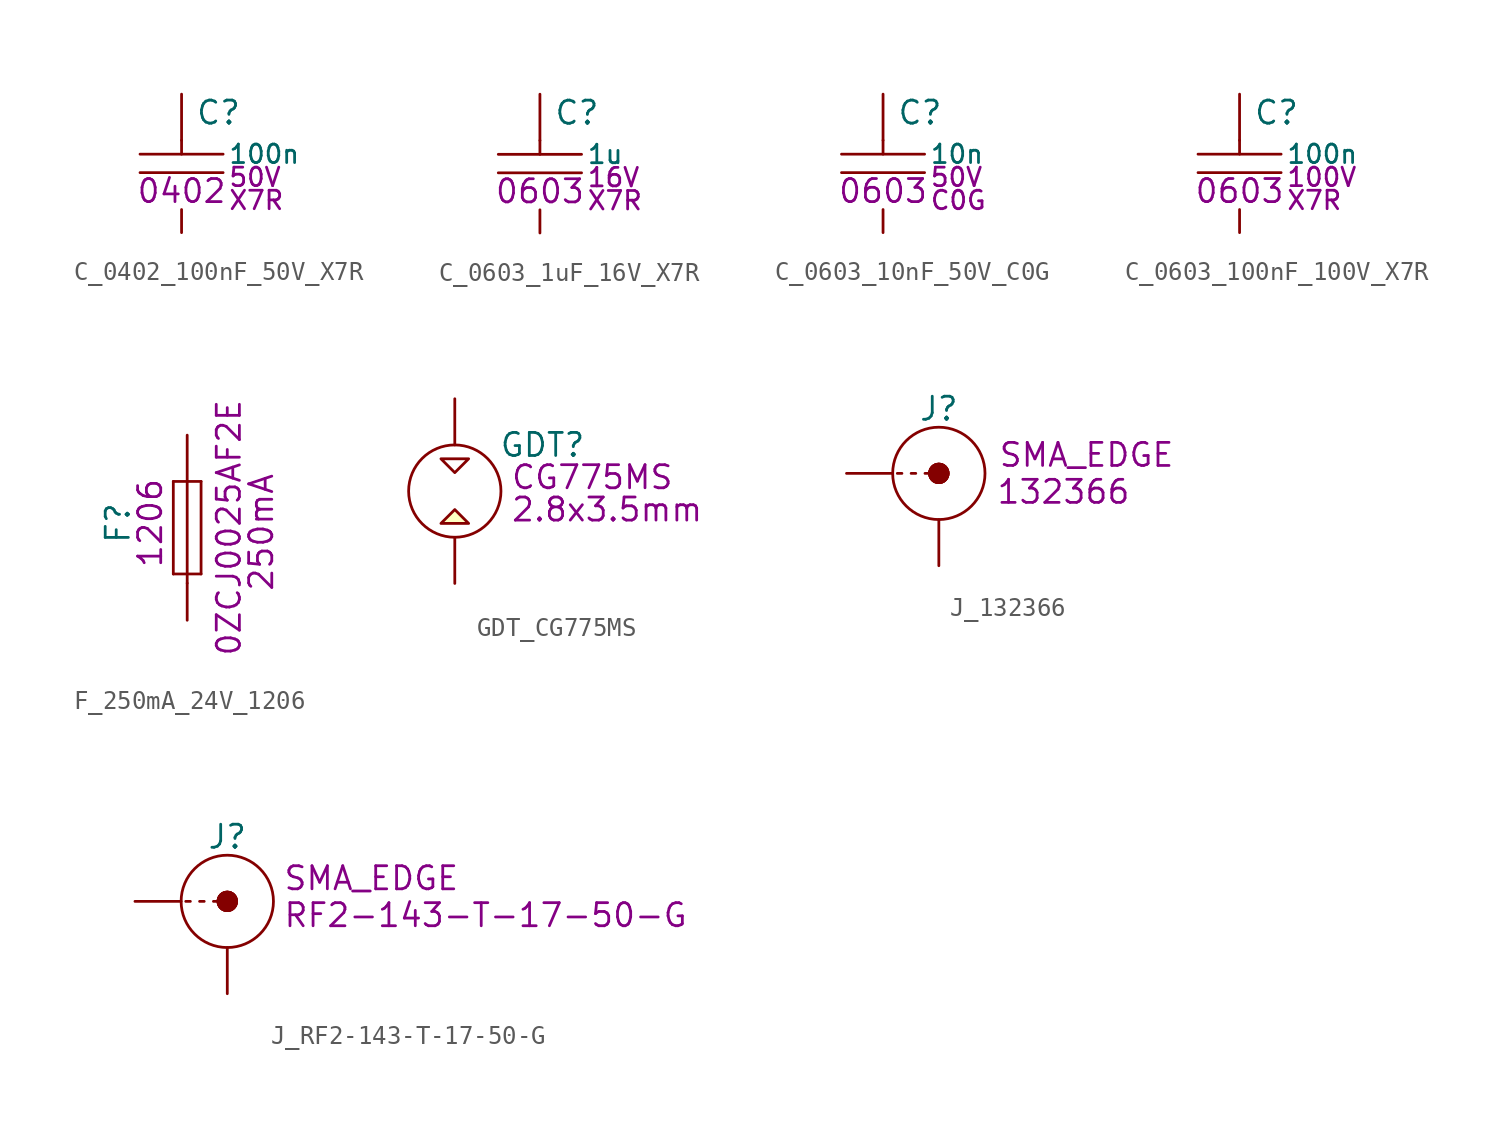
<source format=kicad_sym>
(kicad_symbol_lib
  (version 20241209)
  (generator "kicad_symbol_editor")
  (generator_version "9.0")
  (symbol "C_0402_100nF_50V_X7R"
    (pin_numbers
      (hide yes))
    (pin_names
      (hide yes))
    (property "Reference" "C"
      (at 2.032 -1.016 0)
      (effects (font (size 1.27 1.27))))
    (property "Value" "100n"
      (at 2.54 -3.302 0)
      (effects (font (size 1.016 1.016)) (justify left)))
    (property "Voltage" "50V"
      (at 2.54 -4.572 0)
      (effects (font (size 1.016 1.016)) (justify left)))
    (property "Dielectric" "X7R"
      (at 2.54 -5.842 0)
      (effects (font (size 1.016 1.016)) (justify left)))
    (property "SCH_FOOTPRINT" "0402"
      (at 0 -5.334 0)
      (effects (font (size 1.27 1.27))))
    (symbol "C_0402_100nF_50V_X7R_1_0"
      (polyline (pts (xy -2.286 -3.302) (xy 2.286 -3.302)) (stroke (width 0) (type solid)) (fill (type none)))
      (polyline (pts (xy -2.286 -4.318) (xy 2.286 -4.318)) (stroke (width 0) (type solid)) (fill (type none)))
      (polyline (pts (xy 0 -2.54) (xy 0 -3.302)) (stroke (width 0) (type solid)) (fill (type none)))
      (pin passive line (at 0 0 270) (length 2.54) (name "1" (effects (font (size 1.27 1.27)))) (number "1" (effects (font (size 1.27 1.27)))))
      (pin passive line (at 0 -7.62 90) (length 1.27) (name "2" (effects (font (size 1.27 1.27)))) (number "2" (effects (font (size 1.27 1.27)))))))
  (symbol "C_0603_1uF_16V_X7R"
    (pin_numbers
      (hide yes))
    (pin_names
      (hide yes))
    (property "Reference" "C"
      (at 2.032 -1.016 0)
      (effects (font (size 1.27 1.27))))
    (property "Value" "1u"
      (at 2.54 -3.302 0)
      (effects (font (size 1.016 1.016)) (justify left)))
    (property "Voltage" "16V"
      (at 2.54 -4.572 0)
      (effects (font (size 1.016 1.016)) (justify left)))
    (property "Dielectric" "X7R"
      (at 2.54 -5.842 0)
      (effects (font (size 1.016 1.016)) (justify left)))
    (property "SCH_FOOTPRINT" "0603"
      (at 0 -5.334 0)
      (effects (font (size 1.27 1.27))))
    (symbol "C_0603_1uF_16V_X7R_1_0"
      (polyline (pts (xy -2.286 -3.302) (xy 2.286 -3.302)) (stroke (width 0) (type solid)) (fill (type none)))
      (polyline (pts (xy -2.286 -4.318) (xy 2.286 -4.318)) (stroke (width 0) (type solid)) (fill (type none)))
      (polyline (pts (xy 0 -2.54) (xy 0 -3.302)) (stroke (width 0) (type solid)) (fill (type none)))
      (pin passive line (at 0 0 270) (length 2.54) (name "1" (effects (font (size 1.27 1.27)))) (number "1" (effects (font (size 1.27 1.27)))))
      (pin passive line (at 0 -7.62 90) (length 1.27) (name "2" (effects (font (size 1.27 1.27)))) (number "2" (effects (font (size 1.27 1.27)))))))
  (symbol "C_0603_10nF_50V_C0G"
    (pin_numbers
      (hide yes))
    (pin_names
      (hide yes))
    (property "Reference" "C"
      (at 2.032 -1.016 0)
      (effects (font (size 1.27 1.27))))
    (property "Value" "10n"
      (at 2.54 -3.302 0)
      (effects (font (size 1.016 1.016)) (justify left)))
    (property "Voltage" "50V"
      (at 2.54 -4.572 0)
      (effects (font (size 1.016 1.016)) (justify left)))
    (property "Dielectric" "C0G"
      (at 2.54 -5.842 0)
      (effects (font (size 1.016 1.016)) (justify left)))
    (property "SCH_FOOTPRINT" "0603"
      (at 0 -5.334 0)
      (effects (font (size 1.27 1.27))))
    (symbol "C_0603_10nF_50V_C0G_1_0"
      (polyline (pts (xy -2.286 -3.302) (xy 2.286 -3.302)) (stroke (width 0) (type solid)) (fill (type none)))
      (polyline (pts (xy -2.286 -4.318) (xy 2.286 -4.318)) (stroke (width 0) (type solid)) (fill (type none)))
      (polyline (pts (xy 0 -2.54) (xy 0 -3.302)) (stroke (width 0) (type solid)) (fill (type none)))
      (pin passive line (at 0 0 270) (length 2.54) (name "1" (effects (font (size 1.27 1.27)))) (number "1" (effects (font (size 1.27 1.27)))))
      (pin passive line (at 0 -7.62 90) (length 1.27) (name "2" (effects (font (size 1.27 1.27)))) (number "2" (effects (font (size 1.27 1.27)))))))
  (symbol "C_0603_100nF_100V_X7R"
    (pin_numbers
      (hide yes))
    (pin_names
      (hide yes))
    (property "Reference" "C"
      (at 2.032 -1.016 0)
      (effects (font (size 1.27 1.27))))
    (property "Value" "100n"
      (at 2.54 -3.302 0)
      (effects (font (size 1.016 1.016)) (justify left)))
    (property "Voltage" "100V"
      (at 2.54 -4.572 0)
      (effects (font (size 1.016 1.016)) (justify left)))
    (property "Dielectric" "X7R"
      (at 2.54 -5.842 0)
      (effects (font (size 1.016 1.016)) (justify left)))
    (property "SCH_FOOTPRINT" "0603"
      (at 0 -5.334 0)
      (effects (font (size 1.27 1.27))))
    (symbol "C_0603_100nF_100V_X7R_1_0"
      (polyline (pts (xy -2.286 -3.302) (xy 2.286 -3.302)) (stroke (width 0) (type solid)) (fill (type none)))
      (polyline (pts (xy -2.286 -4.318) (xy 2.286 -4.318)) (stroke (width 0) (type solid)) (fill (type none)))
      (polyline (pts (xy 0 -2.54) (xy 0 -3.302)) (stroke (width 0) (type solid)) (fill (type none)))
      (pin passive line (at 0 0 270) (length 2.54) (name "1" (effects (font (size 1.27 1.27)))) (number "1" (effects (font (size 1.27 1.27)))))
      (pin passive line (at 0 -7.62 90) (length 1.27) (name "2" (effects (font (size 1.27 1.27)))) (number "2" (effects (font (size 1.27 1.27)))))))
  (symbol "F_250mA_24V_1206"
    (pin_numbers
      (hide yes))
    (pin_names
      (hide yes))
    (property "Reference" "F"
      (at -3.81 -4.826 90)
      (effects (font (size 1.27 1.27))))
    (property "Value" ""
      (at 0 0 0)
      (effects (font (size 1.27 1.27))))
    (property "Manufacturer Part Number" "0ZCJ0025AF2E"
      (at 2.286 -5.08 90)
      (effects (font (size 1.27 1.27))))
    (property "SCH_FOOTPRINT" "1206"
      (at -2.032 -4.826 90)
      (effects (font (size 1.27 1.27))))
    (property "Current" "250mA"
      (at 4.064 -5.334 90)
      (effects (font (size 1.27 1.27))))
    (symbol "F_250mA_24V_1206_1_0"
      (polyline (pts (xy -0.762 -2.54) (xy -0.762 -7.62)) (stroke (width 0) (type solid)) (fill (type none)))
      (polyline (pts (xy 0 -2.54) (xy 0 -7.62)) (stroke (width 0) (type solid)) (fill (type none)))
      (polyline (pts (xy 0 -7.62) (xy 0 -8.128)) (stroke (width 0) (type solid)) (fill (type none)))
      (polyline (pts (xy 0.762 -2.54) (xy -0.762 -2.54)) (stroke (width 0) (type solid)) (fill (type none)))
      (polyline (pts (xy 0.762 -2.54) (xy 0.762 -7.62)) (stroke (width 0) (type solid)) (fill (type none)))
      (polyline (pts (xy 0.762 -7.62) (xy -0.762 -7.62)) (stroke (width 0) (type solid)) (fill (type none)))
      (pin passive line (at 0 0 270) (length 2.54) (name "1" (effects (font (size 1.27 1.27)))) (number "1" (effects (font (size 1.27 1.27)))))
      (pin passive line (at 0 -10.16 90) (length 2.032) (name "2" (effects (font (size 1.27 1.27)))) (number "2" (effects (font (size 1.27 1.27)))))))
  (symbol "GDT_CG775MS"
    (pin_numbers
      (hide yes))
    (pin_names
      (hide yes))
    (property "Reference" "GDT"
      (at 4.826 2.54 0)
      (effects (font (size 1.27 1.27))))
    (property "Value" ""
      (at 0 0 0)
      (effects (font (size 1.27 1.27))))
    (property "Manufacturer Part Number" "CG775MS"
      (at 3.048 0.762 0)
      (effects (font (size 1.27 1.27)) (justify left)))
    (property "SCH_FOOTPRINT" "2.8x3.5mm"
      (at 3.048 -1.016 0)
      (effects (font (size 1.27 1.27)) (justify left)))
    (symbol "GDT_CG775MS_1_0"
      (polyline (pts (xy -0.762 1.778) (xy 0.762 1.778) (xy 0 1.016) (xy -0.762 1.778)) (stroke (width 0) (type solid)) (fill (type background)))
      (circle (center 0 0) (radius 2.54) (stroke (width 0) (type solid)) (fill (type color) (color 255 255 255 1)))
      (polyline (pts (xy 0.762 -1.778) (xy -0.762 -1.778) (xy 0 -1.016) (xy 0.762 -1.778)) (stroke (width 0) (type solid)) (fill (type background)))
      (pin passive line (at 0 5.08 270) (length 2.54) (name "" (effects (font (size 1.27 1.27)))) (number "1" (effects (font (size 1.27 1.27)))))
      (pin passive line (at 0 -5.08 90) (length 2.54) (name "" (effects (font (size 1.27 1.27)))) (number "2" (effects (font (size 1.27 1.27)))))))
  (symbol "J_132366"
    (pin_numbers
      (hide yes))
    (pin_names
      (hide yes))
    (property "Reference" "J"
      (at 0 3.556 0)
      (effects (font (size 1.27 1.27))))
    (property "Value" ""
      (at 0 0 0)
      (effects (font (size 1.27 1.27))))
    (property "Manufacturer Part Number" "132366"
      (at 6.858 -1.016 0)
      (effects (font (size 1.27 1.27))))
    (property "SCH_FOOTPRINT" "SMA_EDGE"
      (at 8.128 1.016 0)
      (effects (font (size 1.27 1.27))))
    (symbol "J_132366_1_0"
      (polyline (pts (xy -2.286 0) (xy -2.032 0)) (stroke (width 0) (type solid)) (fill (type none)))
      (polyline (pts (xy -1.27 0) (xy -1.524 0)) (stroke (width 0) (type solid)) (fill (type none)))
      (polyline (pts (xy -0.508 0) (xy -0.762 0)) (stroke (width 0) (type solid)) (fill (type none)))
      (circle (center 0 0) (radius 0.508) (stroke (width 0) (type solid)) (fill (type outline)))
      (circle (center 0 0) (radius 0.508) (stroke (width 0) (type solid)) (fill (type outline)))
      (circle (center 0 0) (radius 0.508) (stroke (width 0) (type solid)) (fill (type outline)))
      (circle (center 0 0) (radius 0.508) (stroke (width 0) (type solid)) (fill (type outline)))
      (circle (center 0 0) (radius 2.54) (stroke (width 0) (type solid)) (fill (type none)))
      (pin passive line (at -5.08 0 0) (length 2.54) (name "X" (effects (font (size 1.27 1.27)))) (number "1" (effects (font (size 1.27 1.27)))))
      (pin passive line (at 0 -5.08 90) (length 2.54) (name "GND" (effects (font (size 1.27 1.27)))) (number "2" (effects (font (size 1.27 1.27)))))))
  (symbol "J_RF2-143-T-17-50-G"
    (pin_numbers
      (hide yes))
    (pin_names
      (hide yes))
    (property "Reference" "J"
      (at 0 3.556 0)
      (effects (font (size 1.27 1.27))))
    (property "Value" ""
      (at 0 0 0)
      (effects (font (size 1.27 1.27))))
    (property "Manufacturer Part Number" "RF2-143-T-17-50-G"
      (at 3.048 -0.762 0)
      (effects (font (size 1.27 1.27)) (justify left)))
    (property "SCH_FOOTPRINT" "SMA_EDGE"
      (at 3.048 1.27 0)
      (effects (font (size 1.27 1.27)) (justify left)))
    (symbol "J_RF2-143-T-17-50-G_1_0"
      (polyline (pts (xy -2.286 0) (xy -2.032 0)) (stroke (width 0) (type solid)) (fill (type none)))
      (polyline (pts (xy -1.27 0) (xy -1.524 0)) (stroke (width 0) (type solid)) (fill (type none)))
      (polyline (pts (xy -0.508 0) (xy -0.762 0)) (stroke (width 0) (type solid)) (fill (type none)))
      (circle (center 0 0) (radius 0.508) (stroke (width 0) (type solid)) (fill (type outline)))
      (circle (center 0 0) (radius 0.508) (stroke (width 0) (type solid)) (fill (type outline)))
      (circle (center 0 0) (radius 0.508) (stroke (width 0) (type solid)) (fill (type outline)))
      (circle (center 0 0) (radius 0.508) (stroke (width 0) (type solid)) (fill (type outline)))
      (circle (center 0 0) (radius 2.54) (stroke (width 0) (type solid)) (fill (type none)))
      (pin passive line (at -5.08 0 0) (length 2.54) (name "X" (effects (font (size 1.27 1.27)))) (number "1" (effects (font (size 1.27 1.27)))))
      (pin passive line (at 0 -5.08 90) (length 2.54) (name "GND" (effects (font (size 1.27 1.27)))) (number "2" (effects (font (size 1.27 1.27))))))))
</source>
